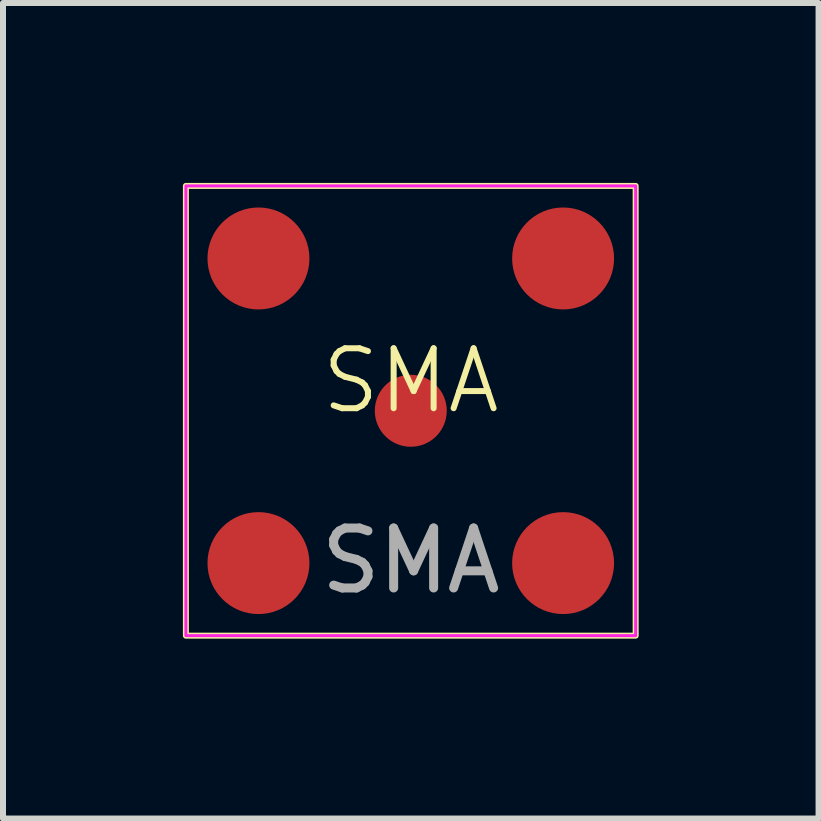
<source format=kicad_pcb>
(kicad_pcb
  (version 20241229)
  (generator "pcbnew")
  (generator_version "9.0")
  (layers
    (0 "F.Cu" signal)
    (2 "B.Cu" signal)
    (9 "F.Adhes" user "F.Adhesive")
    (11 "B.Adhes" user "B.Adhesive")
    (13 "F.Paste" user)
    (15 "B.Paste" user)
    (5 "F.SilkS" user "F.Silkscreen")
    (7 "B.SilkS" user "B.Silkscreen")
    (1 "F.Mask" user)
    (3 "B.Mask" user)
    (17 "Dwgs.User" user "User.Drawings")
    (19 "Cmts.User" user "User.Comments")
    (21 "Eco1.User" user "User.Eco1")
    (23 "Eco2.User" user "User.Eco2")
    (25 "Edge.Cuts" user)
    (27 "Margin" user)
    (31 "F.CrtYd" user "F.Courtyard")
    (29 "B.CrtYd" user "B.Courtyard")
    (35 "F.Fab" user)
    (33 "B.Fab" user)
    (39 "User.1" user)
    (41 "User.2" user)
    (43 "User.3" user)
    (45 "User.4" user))
  (footprint "SMA"
    (layer "F.Cu")
    (at 3.8 3.8)
    (property "Reference" "SMA" (at 0 -0.5 0) (unlocked yes) (layer "F.SilkS") (effects (font (size 1 1) (thickness 0.1))))
    (attr smd)
    (fp_rect (start -3.75 -3.75) (end 3.75 3.75) (stroke (width 0.1) (type default)) (fill no) (layer "F.SilkS"))
    (fp_rect (start -3.75 -3.75) (end 3.75 3.75) (stroke (width 0.05) (type default)) (fill no) (layer "F.CrtYd"))
    (fp_text user "${REFERENCE}" (at 0 2.5 0) (unlocked yes) (layer "F.Fab") (effects (font (size 1 1) (thickness 0.15))))
    (pad "1" smd circle (at 0 0) (size 1.2 1.2) (layers "F.Cu" "F.Mask" "F.Paste"))
    (pad "2" smd circle (at -2.54 -2.54) (size 1.7 1.7) (layers "F.Cu" "F.Mask" "F.Paste"))
    (pad "3" smd circle (at 2.54 -2.54) (size 1.7 1.7) (layers "F.Cu" "F.Mask" "F.Paste"))
    (pad "4" smd circle (at 2.54 2.54) (size 1.7 1.7) (layers "F.Cu" "F.Mask" "F.Paste"))
    (pad "5" smd circle (at -2.54 2.54) (size 1.7 1.7) (layers "F.Cu" "F.Mask" "F.Paste")))
  (gr_rect
    (start -3 -3)
    (end 10.6 10.6)
    (stroke (width 0.1) (type default))
    (fill no)
    (layer "Edge.Cuts")))
</source>
